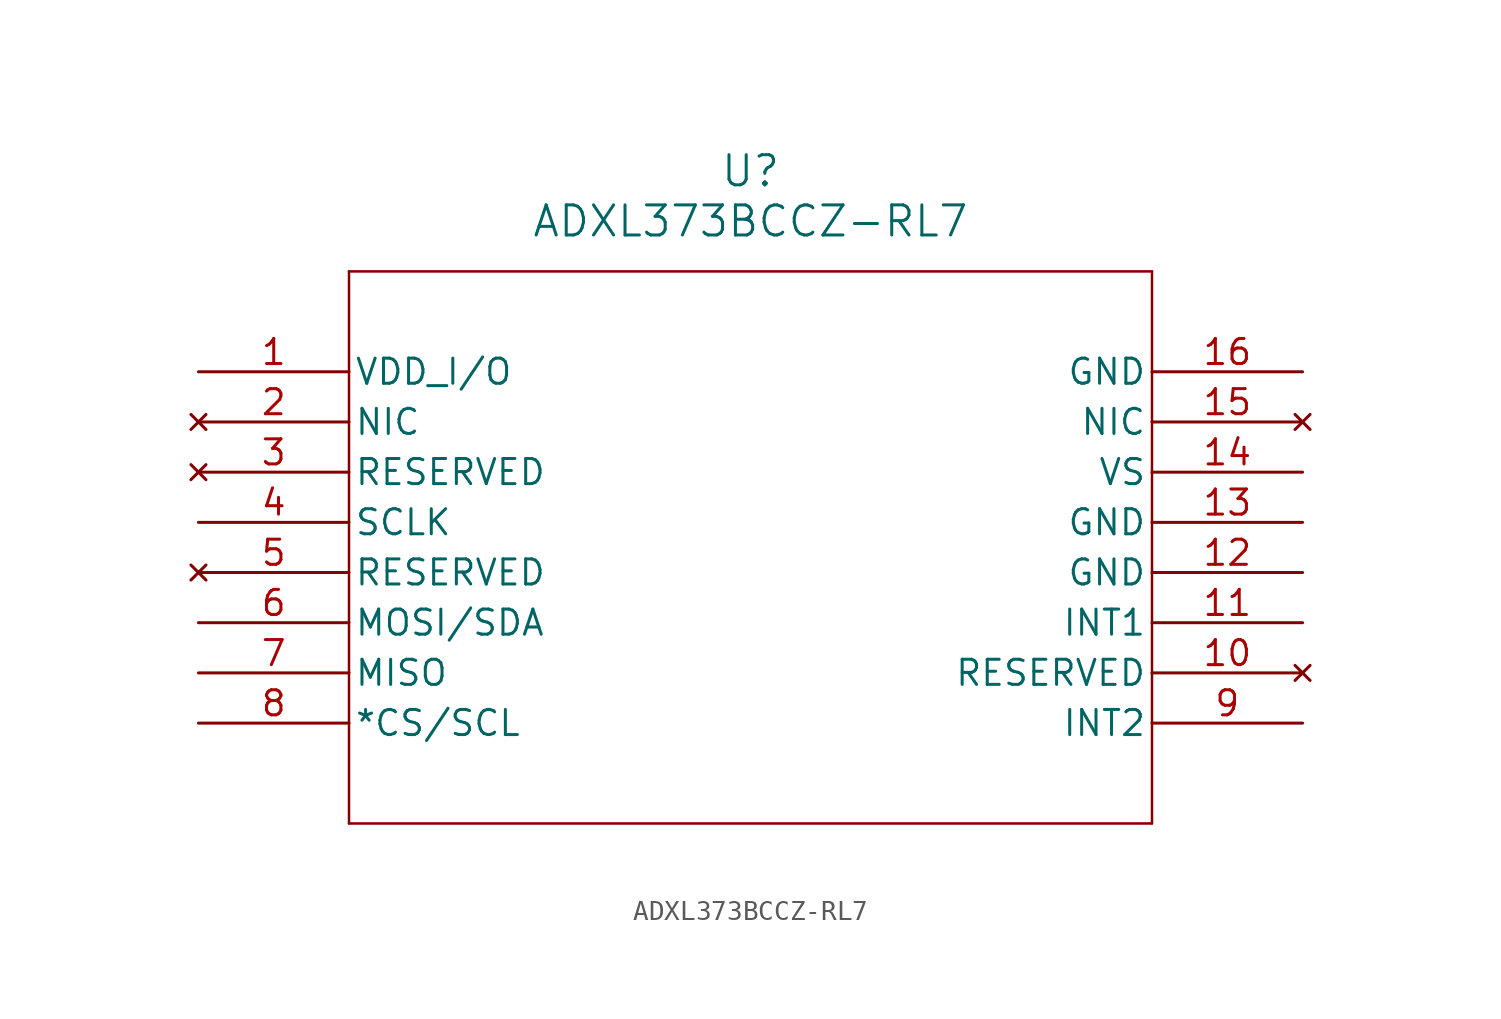
<source format=kicad_sym>
(kicad_symbol_lib
  (version 20211014)
  (generator kicad_symbol_editor)
  (symbol "ADXL373BCCZ-RL7"
    (pin_names
      (offset 0.254))
    (property "Reference" "U"
      (at 27.94 10.16 0)
      (effects (font (size 1.524 1.524))))
    (property "Value" "ADXL373BCCZ-RL7"
      (at 27.94 7.62 0)
      (effects (font (size 1.524 1.524))))
    (symbol "ADXL373BCCZ-RL7_0_1"
      (polyline (pts (xy 7.62 5.08) (xy 7.62 -22.86)) (stroke (width 0.127) (type default) (color 0 0 0 0)) (fill (type none)))
      (polyline (pts (xy 7.62 -22.86) (xy 48.26 -22.86)) (stroke (width 0.127) (type default) (color 0 0 0 0)) (fill (type none)))
      (polyline (pts (xy 48.26 -22.86) (xy 48.26 5.08)) (stroke (width 0.127) (type default) (color 0 0 0 0)) (fill (type none)))
      (polyline (pts (xy 48.26 5.08) (xy 7.62 5.08)) (stroke (width 0.127) (type default) (color 0 0 0 0)) (fill (type none)))
      (pin power_in line (at 0 0 0) (length 7.62) (name "VDD_I/O" (effects (font (size 1.27 1.27)))) (number "1" (effects (font (size 1.27 1.27)))))
      (pin no_connect line (at 0 -2.54 0) (length 7.62) (name "NIC" (effects (font (size 1.27 1.27)))) (number "2" (effects (font (size 1.27 1.27)))))
      (pin no_connect line (at 0 -5.08 0) (length 7.62) (name "RESERVED" (effects (font (size 1.27 1.27)))) (number "3" (effects (font (size 1.27 1.27)))))
      (pin input line (at 0 -7.62 0) (length 7.62) (name "SCLK" (effects (font (size 1.27 1.27)))) (number "4" (effects (font (size 1.27 1.27)))))
      (pin no_connect line (at 0 -10.16 0) (length 7.62) (name "RESERVED" (effects (font (size 1.27 1.27)))) (number "5" (effects (font (size 1.27 1.27)))))
      (pin bidirectional line (at 0 -12.7 0) (length 7.62) (name "MOSI/SDA" (effects (font (size 1.27 1.27)))) (number "6" (effects (font (size 1.27 1.27)))))
      (pin unspecified line (at 0 -15.24 0) (length 7.62) (name "MISO" (effects (font (size 1.27 1.27)))) (number "7" (effects (font (size 1.27 1.27)))))
      (pin input line (at 0 -17.78 0) (length 7.62) (name "*CS/SCL" (effects (font (size 1.27 1.27)))) (number "8" (effects (font (size 1.27 1.27)))))
      (pin output line (at 55.88 -17.78 180) (length 7.62) (name "INT2" (effects (font (size 1.27 1.27)))) (number "9" (effects (font (size 1.27 1.27)))))
      (pin no_connect line (at 55.88 -15.24 180) (length 7.62) (name "RESERVED" (effects (font (size 1.27 1.27)))) (number "10" (effects (font (size 1.27 1.27)))))
      (pin output line (at 55.88 -12.7 180) (length 7.62) (name "INT1" (effects (font (size 1.27 1.27)))) (number "11" (effects (font (size 1.27 1.27)))))
      (pin power_out line (at 55.88 -10.16 180) (length 7.62) (name "GND" (effects (font (size 1.27 1.27)))) (number "12" (effects (font (size 1.27 1.27)))))
      (pin power_out line (at 55.88 -7.62 180) (length 7.62) (name "GND" (effects (font (size 1.27 1.27)))) (number "13" (effects (font (size 1.27 1.27)))))
      (pin power_in line (at 55.88 -5.08 180) (length 7.62) (name "VS" (effects (font (size 1.27 1.27)))) (number "14" (effects (font (size 1.27 1.27)))))
      (pin no_connect line (at 55.88 -2.54 180) (length 7.62) (name "NIC" (effects (font (size 1.27 1.27)))) (number "15" (effects (font (size 1.27 1.27)))))
      (pin power_out line (at 55.88 0 180) (length 7.62) (name "GND" (effects (font (size 1.27 1.27)))) (number "16" (effects (font (size 1.27 1.27))))))))
</source>
